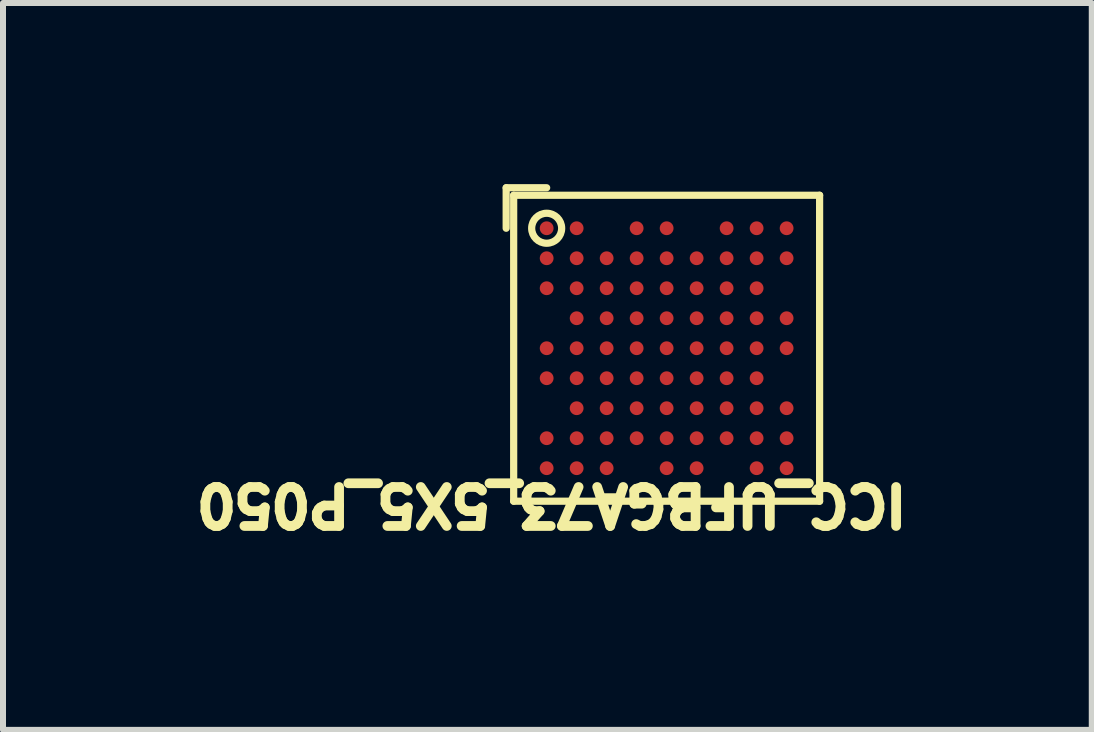
<source format=kicad_pcb>
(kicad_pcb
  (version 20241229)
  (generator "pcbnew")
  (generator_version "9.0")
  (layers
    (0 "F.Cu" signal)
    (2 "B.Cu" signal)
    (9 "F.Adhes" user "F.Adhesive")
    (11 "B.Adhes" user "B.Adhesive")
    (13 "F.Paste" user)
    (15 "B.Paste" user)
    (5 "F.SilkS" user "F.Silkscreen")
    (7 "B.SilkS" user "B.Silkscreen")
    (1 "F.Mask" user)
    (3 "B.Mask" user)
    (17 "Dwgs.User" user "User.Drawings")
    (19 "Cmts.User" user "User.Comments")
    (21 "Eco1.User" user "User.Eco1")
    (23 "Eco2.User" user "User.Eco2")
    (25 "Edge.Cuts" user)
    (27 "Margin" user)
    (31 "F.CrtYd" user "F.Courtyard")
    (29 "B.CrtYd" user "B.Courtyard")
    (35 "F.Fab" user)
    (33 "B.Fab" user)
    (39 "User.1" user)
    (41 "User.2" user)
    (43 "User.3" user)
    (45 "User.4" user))
  (footprint "ICC_UFBGA73_5X5_P050"
    (layer "F.Cu")
    (at 8.063 2.755)
    (property "Reference" "ICC_UFBGA73_5X5_P050" (at 4.087 2.225 180) (unlocked yes) (layer "F.SilkS") (effects (font (size 0.65 0.65) (thickness 0.254)) (justify left bottom)))
    (fp_line (start -2.675 -2.675) (end -2.675 -2) (stroke (width 0.12) (type solid)) (layer "F.SilkS"))
    (fp_line (start -2.55 -2.55) (end -2.55 2.55) (stroke (width 0.12) (type solid)) (layer "F.SilkS"))
    (fp_line (start -2 -2.675) (end -2.675 -2.675) (stroke (width 0.12) (type solid)) (layer "F.SilkS"))
    (fp_line (start 2.55 -2.55) (end -2.55 -2.55) (stroke (width 0.12) (type solid)) (layer "F.SilkS"))
    (fp_line (start 2.55 -2.55) (end 2.55 2.55) (stroke (width 0.12) (type solid)) (layer "F.SilkS"))
    (fp_line (start 2.55 2.55) (end -2.55 2.55) (stroke (width 0.12) (type solid)) (layer "F.SilkS"))
    (fp_circle (center -2 -2) (end -2 -1.75) (stroke (width 0.12) (type solid)) (fill no) (layer "F.SilkS"))
    (fp_line (start -2.75 -2.75) (end -2.75 2.75) (stroke (width 0.01) (type solid)) (layer "Eco1.User"))
    (fp_line (start -2.55 -2.55) (end -2.55 2.55) (stroke (width 0.01) (type solid)) (layer "Eco1.User"))
    (fp_line (start 2.55 -2.55) (end -2.55 -2.55) (stroke (width 0.01) (type solid)) (layer "Eco1.User"))
    (fp_line (start 2.55 -2.55) (end 2.55 2.55) (stroke (width 0.01) (type solid)) (layer "Eco1.User"))
    (fp_line (start 2.55 2.55) (end -2.55 2.55) (stroke (width 0.01) (type solid)) (layer "Eco1.User"))
    (fp_line (start 2.75 -2.75) (end -2.75 -2.75) (stroke (width 0.01) (type solid)) (layer "Eco1.User"))
    (fp_line (start 2.75 -2.75) (end 2.75 2.75) (stroke (width 0.01) (type solid)) (layer "Eco1.User"))
    (fp_line (start 2.75 2.75) (end -2.75 2.75) (stroke (width 0.01) (type solid)) (layer "Eco1.User"))
    (fp_circle (center -2 -2) (end -2 -1.85) (stroke (width 0.01) (type solid)) (fill no) (layer "Eco1.User"))
    (fp_circle (center -2 -1.5) (end -2 -1.35) (stroke (width 0.01) (type solid)) (fill no) (layer "Eco1.User"))
    (fp_circle (center -2 -1) (end -2 -0.85) (stroke (width 0.01) (type solid)) (fill no) (layer "Eco1.User"))
    (fp_circle (center -2 0) (end -2 0.15) (stroke (width 0.01) (type solid)) (fill no) (layer "Eco1.User"))
    (fp_circle (center -2 0.5) (end -2 0.65) (stroke (width 0.01) (type solid)) (fill no) (layer "Eco1.User"))
    (fp_circle (center -2 1.5) (end -2 1.65) (stroke (width 0.01) (type solid)) (fill no) (layer "Eco1.User"))
    (fp_circle (center -2 2) (end -2 2.15) (stroke (width 0.01) (type solid)) (fill no) (layer "Eco1.User"))
    (fp_circle (center -1.5 -2) (end -1.5 -1.85) (stroke (width 0.01) (type solid)) (fill no) (layer "Eco1.User"))
    (fp_circle (center -1.5 -1.5) (end -1.5 -1.35) (stroke (width 0.01) (type solid)) (fill no) (layer "Eco1.User"))
    (fp_circle (center -1.5 -1) (end -1.5 -0.85) (stroke (width 0.01) (type solid)) (fill no) (layer "Eco1.User"))
    (fp_circle (center -1.5 -0.5) (end -1.5 -0.35) (stroke (width 0.01) (type solid)) (fill no) (layer "Eco1.User"))
    (fp_circle (center -1.5 0) (end -1.5 0.15) (stroke (width 0.01) (type solid)) (fill no) (layer "Eco1.User"))
    (fp_circle (center -1.5 0.5) (end -1.5 0.65) (stroke (width 0.01) (type solid)) (fill no) (layer "Eco1.User"))
    (fp_circle (center -1.5 1) (end -1.5 1.15) (stroke (width 0.01) (type solid)) (fill no) (layer "Eco1.User"))
    (fp_circle (center -1.5 1.5) (end -1.5 1.65) (stroke (width 0.01) (type solid)) (fill no) (layer "Eco1.User"))
    (fp_circle (center -1.5 2) (end -1.5 2.15) (stroke (width 0.01) (type solid)) (fill no) (layer "Eco1.User"))
    (fp_circle (center -1 -1.5) (end -1 -1.35) (stroke (width 0.01) (type solid)) (fill no) (layer "Eco1.User"))
    (fp_circle (center -1 -1) (end -1 -0.85) (stroke (width 0.01) (type solid)) (fill no) (layer "Eco1.User"))
    (fp_circle (center -1 -0.5) (end -1 -0.35) (stroke (width 0.01) (type solid)) (fill no) (layer "Eco1.User"))
    (fp_circle (center -1 0) (end -1 0.15) (stroke (width 0.01) (type solid)) (fill no) (layer "Eco1.User"))
    (fp_circle (center -1 0.5) (end -1 0.65) (stroke (width 0.01) (type solid)) (fill no) (layer "Eco1.User"))
    (fp_circle (center -1 1) (end -1 1.15) (stroke (width 0.01) (type solid)) (fill no) (layer "Eco1.User"))
    (fp_circle (center -1 1.5) (end -1 1.65) (stroke (width 0.01) (type solid)) (fill no) (layer "Eco1.User"))
    (fp_circle (center -1 2) (end -1 2.15) (stroke (width 0.01) (type solid)) (fill no) (layer "Eco1.User"))
    (fp_circle (center -0.5 -2) (end -0.5 -1.85) (stroke (width 0.01) (type solid)) (fill no) (layer "Eco1.User"))
    (fp_circle (center -0.5 -1.5) (end -0.5 -1.35) (stroke (width 0.01) (type solid)) (fill no) (layer "Eco1.User"))
    (fp_circle (center -0.5 -1) (end -0.5 -0.85) (stroke (width 0.01) (type solid)) (fill no) (layer "Eco1.User"))
    (fp_circle (center -0.5 -0.5) (end -0.5 -0.35) (stroke (width 0.01) (type solid)) (fill no) (layer "Eco1.User"))
    (fp_circle (center -0.5 0) (end -0.5 0.15) (stroke (width 0.01) (type solid)) (fill no) (layer "Eco1.User"))
    (fp_circle (center -0.5 0.5) (end -0.5 0.65) (stroke (width 0.01) (type solid)) (fill no) (layer "Eco1.User"))
    (fp_circle (center -0.5 1) (end -0.5 1.15) (stroke (width 0.01) (type solid)) (fill no) (layer "Eco1.User"))
    (fp_circle (center -0.5 1.5) (end -0.5 1.65) (stroke (width 0.01) (type solid)) (fill no) (layer "Eco1.User"))
    (fp_circle (center 0 -2) (end 0 -1.85) (stroke (width 0.01) (type solid)) (fill no) (layer "Eco1.User"))
    (fp_circle (center 0 -1.5) (end 0 -1.35) (stroke (width 0.01) (type solid)) (fill no) (layer "Eco1.User"))
    (fp_circle (center 0 -1) (end 0 -0.85) (stroke (width 0.01) (type solid)) (fill no) (layer "Eco1.User"))
    (fp_circle (center 0 -0.5) (end 0 -0.35) (stroke (width 0.01) (type solid)) (fill no) (layer "Eco1.User"))
    (fp_circle (center 0 0) (end 0 0.15) (stroke (width 0.01) (type solid)) (fill no) (layer "Eco1.User"))
    (fp_circle (center 0 0.5) (end 0 0.65) (stroke (width 0.01) (type solid)) (fill no) (layer "Eco1.User"))
    (fp_circle (center 0 1) (end 0 1.15) (stroke (width 0.01) (type solid)) (fill no) (layer "Eco1.User"))
    (fp_circle (center 0 1.5) (end 0 1.65) (stroke (width 0.01) (type solid)) (fill no) (layer "Eco1.User"))
    (fp_circle (center 0 2) (end 0 2.15) (stroke (width 0.01) (type solid)) (fill no) (layer "Eco1.User"))
    (fp_circle (center 0.5 -1.5) (end 0.5 -1.35) (stroke (width 0.01) (type solid)) (fill no) (layer "Eco1.User"))
    (fp_circle (center 0.5 -1) (end 0.5 -0.85) (stroke (width 0.01) (type solid)) (fill no) (layer "Eco1.User"))
    (fp_circle (center 0.5 -0.5) (end 0.5 -0.35) (stroke (width 0.01) (type solid)) (fill no) (layer "Eco1.User"))
    (fp_circle (center 0.5 0) (end 0.5 0.15) (stroke (width 0.01) (type solid)) (fill no) (layer "Eco1.User"))
    (fp_circle (center 0.5 0.5) (end 0.5 0.65) (stroke (width 0.01) (type solid)) (fill no) (layer "Eco1.User"))
    (fp_circle (center 0.5 1) (end 0.5 1.15) (stroke (width 0.01) (type solid)) (fill no) (layer "Eco1.User"))
    (fp_circle (center 0.5 1.5) (end 0.5 1.65) (stroke (width 0.01) (type solid)) (fill no) (layer "Eco1.User"))
    (fp_circle (center 0.5 2) (end 0.5 2.15) (stroke (width 0.01) (type solid)) (fill no) (layer "Eco1.User"))
    (fp_circle (center 1 -2) (end 1 -1.85) (stroke (width 0.01) (type solid)) (fill no) (layer "Eco1.User"))
    (fp_circle (center 1 -1.5) (end 1 -1.35) (stroke (width 0.01) (type solid)) (fill no) (layer "Eco1.User"))
    (fp_circle (center 1 -1) (end 1 -0.85) (stroke (width 0.01) (type solid)) (fill no) (layer "Eco1.User"))
    (fp_circle (center 1 -0.5) (end 1 -0.35) (stroke (width 0.01) (type solid)) (fill no) (layer "Eco1.User"))
    (fp_circle (center 1 0) (end 1 0.15) (stroke (width 0.01) (type solid)) (fill no) (layer "Eco1.User"))
    (fp_circle (center 1 0.5) (end 1 0.65) (stroke (width 0.01) (type solid)) (fill no) (layer "Eco1.User"))
    (fp_circle (center 1 1) (end 1 1.15) (stroke (width 0.01) (type solid)) (fill no) (layer "Eco1.User"))
    (fp_circle (center 1 1.5) (end 1 1.65) (stroke (width 0.01) (type solid)) (fill no) (layer "Eco1.User"))
    (fp_circle (center 1.5 -2) (end 1.5 -1.85) (stroke (width 0.01) (type solid)) (fill no) (layer "Eco1.User"))
    (fp_circle (center 1.5 -1.5) (end 1.5 -1.35) (stroke (width 0.01) (type solid)) (fill no) (layer "Eco1.User"))
    (fp_circle (center 1.5 -1) (end 1.5 -0.85) (stroke (width 0.01) (type solid)) (fill no) (layer "Eco1.User"))
    (fp_circle (center 1.5 -0.5) (end 1.5 -0.35) (stroke (width 0.01) (type solid)) (fill no) (layer "Eco1.User"))
    (fp_circle (center 1.5 0) (end 1.5 0.15) (stroke (width 0.01) (type solid)) (fill no) (layer "Eco1.User"))
    (fp_circle (center 1.5 0.5) (end 1.5 0.65) (stroke (width 0.01) (type solid)) (fill no) (layer "Eco1.User"))
    (fp_circle (center 1.5 1) (end 1.5 1.15) (stroke (width 0.01) (type solid)) (fill no) (layer "Eco1.User"))
    (fp_circle (center 1.5 1.5) (end 1.5 1.65) (stroke (width 0.01) (type solid)) (fill no) (layer "Eco1.User"))
    (fp_circle (center 1.5 2) (end 1.5 2.15) (stroke (width 0.01) (type solid)) (fill no) (layer "Eco1.User"))
    (fp_circle (center 2 -2) (end 2 -1.85) (stroke (width 0.01) (type solid)) (fill no) (layer "Eco1.User"))
    (fp_circle (center 2 -1.5) (end 2 -1.35) (stroke (width 0.01) (type solid)) (fill no) (layer "Eco1.User"))
    (fp_circle (center 2 -0.5) (end 2 -0.35) (stroke (width 0.01) (type solid)) (fill no) (layer "Eco1.User"))
    (fp_circle (center 2 0) (end 2 0.15) (stroke (width 0.01) (type solid)) (fill no) (layer "Eco1.User"))
    (fp_circle (center 2 1) (end 2 1.15) (stroke (width 0.01) (type solid)) (fill no) (layer "Eco1.User"))
    (fp_circle (center 2 1.5) (end 2 1.65) (stroke (width 0.01) (type solid)) (fill no) (layer "Eco1.User"))
    (fp_circle (center 2 2) (end 2 2.15) (stroke (width 0.01) (type solid)) (fill no) (layer "Eco1.User"))
    (fp_text user "J8" (at 1.375 2.1 0) (unlocked yes) (layer "Eco1.User") (effects (font (size 0.15 0.15) (thickness 0.254)) (justify left bottom)))
    (fp_text user "J1" (at -2.125 2.1 0) (unlocked yes) (layer "Eco1.User") (effects (font (size 0.15 0.15) (thickness 0.254)) (justify left bottom)))
    (fp_text user "A5" (at -0.15 -1.9 0) (unlocked yes) (layer "Eco1.User") (effects (font (size 0.15 0.15) (thickness 0.254)) (justify left bottom)))
    (fp_text user "A1" (at -2.15 -1.9 0) (unlocked yes) (layer "Eco1.User") (effects (font (size 0.15 0.15) (thickness 0.254)) (justify left bottom)))
    (fp_text user "C8" (at 1.35 -0.9 0) (unlocked yes) (layer "Eco1.User") (effects (font (size 0.15 0.15) (thickness 0.254)) (justify left bottom)))
    (fp_text user "J5" (at -0.125 2.1 0) (unlocked yes) (layer "Eco1.User") (effects (font (size 0.15 0.15) (thickness 0.254)) (justify left bottom)))
    (fp_text user "B3" (at -1.15 -1.4 0) (unlocked yes) (layer "Eco1.User") (effects (font (size 0.15 0.15) (thickness 0.254)) (justify left bottom)))
    (fp_text user "B1" (at -2.125 -1.4 0) (unlocked yes) (layer "Eco1.User") (effects (font (size 0.15 0.15) (thickness 0.254)) (justify left bottom)))
    (fp_text user "G2" (at -1.65 1.1 0) (unlocked yes) (layer "Eco1.User") (effects (font (size 0.15 0.15) (thickness 0.254)) (justify left bottom)))
    (fp_text user "H7" (at 0.85 1.6 0) (unlocked yes) (layer "Eco1.User") (effects (font (size 0.15 0.15) (thickness 0.254)) (justify left bottom)))
    (fp_text user "D2" (at -1.65 -0.4 0) (unlocked yes) (layer "Eco1.User") (effects (font (size 0.15 0.15) (thickness 0.254)) (justify left bottom)))
    (fp_text user "A8" (at 1.35 -1.9 0) (unlocked yes) (layer "Eco1.User") (effects (font (size 0.15 0.15) (thickness 0.254)) (justify left bottom)))
    (fp_text user "H9" (at 1.85 1.6 0) (unlocked yes) (layer "Eco1.User") (effects (font (size 0.15 0.15) (thickness 0.254)) (justify left bottom)))
    (fp_text user "J6" (at 0.375 2.1 0) (unlocked yes) (layer "Eco1.User") (effects (font (size 0.15 0.15) (thickness 0.254)) (justify left bottom)))
    (fp_text user "E1" (at -2.125 0.1 0) (unlocked yes) (layer "Eco1.User") (effects (font (size 0.15 0.15) (thickness 0.254)) (justify left bottom)))
    (fp_text user "H1" (at -2.15 1.6 0) (unlocked yes) (layer "Eco1.User") (effects (font (size 0.15 0.15) (thickness 0.254)) (justify left bottom)))
    (fp_text user "B6" (at 0.35 -1.4 0) (unlocked yes) (layer "Eco1.User") (effects (font (size 0.15 0.15) (thickness 0.254)) (justify left bottom)))
    (fp_text user "D9" (at 1.85 -0.4 0) (unlocked yes) (layer "Eco1.User") (effects (font (size 0.15 0.15) (thickness 0.254)) (justify left bottom)))
    (fp_text user "A4" (at -0.65 -1.9 0) (unlocked yes) (layer "Eco1.User") (effects (font (size 0.15 0.15) (thickness 0.254)) (justify left bottom)))
    (fp_text user "E9" (at 1.85 0.1 0) (unlocked yes) (layer "Eco1.User") (effects (font (size 0.15 0.15) (thickness 0.254)) (justify left bottom)))
    (fp_text user "B9" (at 1.85 -1.4 0) (unlocked yes) (layer "Eco1.User") (effects (font (size 0.15 0.15) (thickness 0.254)) (justify left bottom)))
    (fp_text user "J2" (at -1.625 2.1 0) (unlocked yes) (layer "Eco1.User") (effects (font (size 0.15 0.15) (thickness 0.254)) (justify left bottom)))
    (fp_text user "F8" (at 1.375 0.6 0) (unlocked yes) (layer "Eco1.User") (effects (font (size 0.15 0.15) (thickness 0.254)) (justify left bottom)))
    (fp_text user "'.Designator'" (at -1 1.113 180) (unlocked yes) (layer "Eco1.User") (effects (font (size 0.375 0.375) (thickness 0.254))))
    (fp_text user "F1" (at -2.125 0.6 0) (unlocked yes) (layer "Eco1.User") (effects (font (size 0.15 0.15) (thickness 0.254)) (justify left bottom)))
    (fp_text user "C1" (at -2.15 -0.9 0) (unlocked yes) (layer "Eco1.User") (effects (font (size 0.15 0.15) (thickness 0.254)) (justify left bottom)))
    (fp_text user "J3" (at -1.125 2.1 0) (unlocked yes) (layer "Eco1.User") (effects (font (size 0.15 0.15) (thickness 0.254)) (justify left bottom)))
    (fp_text user "A7" (at 0.85 -1.9 0) (unlocked yes) (layer "Eco1.User") (effects (font (size 0.15 0.15) (thickness 0.254)) (justify left bottom)))
    (fp_text user "H4" (at -0.65 1.6 0) (unlocked yes) (layer "Eco1.User") (effects (font (size 0.15 0.15) (thickness 0.254)) (justify left bottom)))
    (fp_text user "G9" (at 1.825 1.1 0) (unlocked yes) (layer "Eco1.User") (effects (font (size 0.15 0.15) (thickness 0.254)) (justify left bottom)))
    (fp_text user "J9" (at 1.875 2.1 0) (unlocked yes) (layer "Eco1.User") (effects (font (size 0.15 0.15) (thickness 0.254)) (justify left bottom)))
    (fp_text user "A9" (at 1.85 -1.9 0) (unlocked yes) (layer "Eco1.User") (effects (font (size 0.15 0.15) (thickness 0.254)) (justify left bottom)))
    (fp_text user "A2" (at -1.65 -1.9 0) (unlocked yes) (layer "Eco1.User") (effects (font (size 0.15 0.15) (thickness 0.254)) (justify left bottom)))
    (pad "A1" smd circle (at -2 -2) (size 0.23 0.23) (layers "F.Cu" "F.Mask" "F.Paste"))
    (pad "A2" smd circle (at -1.5 -2) (size 0.23 0.23) (layers "F.Cu" "F.Mask" "F.Paste"))
    (pad "A4" smd circle (at -0.5 -2) (size 0.23 0.23) (layers "F.Cu" "F.Mask" "F.Paste"))
    (pad "A5" smd circle (at -0.000005 -2) (size 0.23 0.23) (layers "F.Cu" "F.Mask" "F.Paste"))
    (pad "A7" smd circle (at 1 -2) (size 0.23 0.23) (layers "F.Cu" "F.Mask" "F.Paste"))
    (pad "A8" smd circle (at 1.5 -2) (size 0.23 0.23) (layers "F.Cu" "F.Mask" "F.Paste"))
    (pad "A9" smd circle (at 2 -2) (size 0.23 0.23) (layers "F.Cu" "F.Mask" "F.Paste"))
    (pad "B1" smd circle (at -2 -1.5) (size 0.23 0.23) (layers "F.Cu" "F.Mask" "F.Paste"))
    (pad "B2" smd circle (at -1.5 -1.5) (size 0.23 0.23) (layers "F.Cu" "F.Mask" "F.Paste"))
    (pad "B3" smd circle (at -1 -1.5) (size 0.23 0.23) (layers "F.Cu" "F.Mask" "F.Paste"))
    (pad "B4" smd circle (at -0.5 -1.5) (size 0.23 0.23) (layers "F.Cu" "F.Mask" "F.Paste"))
    (pad "B5" smd circle (at -0.000005 -1.5) (size 0.23 0.23) (layers "F.Cu" "F.Mask" "F.Paste"))
    (pad "B6" smd circle (at 0.5 -1.5) (size 0.23 0.23) (layers "F.Cu" "F.Mask" "F.Paste"))
    (pad "B7" smd circle (at 1 -1.5) (size 0.23 0.23) (layers "F.Cu" "F.Mask" "F.Paste"))
    (pad "B8" smd circle (at 1.5 -1.5) (size 0.23 0.23) (layers "F.Cu" "F.Mask" "F.Paste"))
    (pad "B9" smd circle (at 2 -1.5) (size 0.23 0.23) (layers "F.Cu" "F.Mask" "F.Paste"))
    (pad "C1" smd circle (at -2 -1) (size 0.23 0.23) (layers "F.Cu" "F.Mask" "F.Paste"))
    (pad "C2" smd circle (at -1.5 -1) (size 0.23 0.23) (layers "F.Cu" "F.Mask" "F.Paste"))
    (pad "C3" smd circle (at -1 -1) (size 0.23 0.23) (layers "F.Cu" "F.Mask" "F.Paste"))
    (pad "C4" smd circle (at -0.5 -1) (size 0.23 0.23) (layers "F.Cu" "F.Mask" "F.Paste"))
    (pad "C5" smd circle (at -0.000005 -1) (size 0.23 0.23) (layers "F.Cu" "F.Mask" "F.Paste"))
    (pad "C6" smd circle (at 0.5 -1) (size 0.23 0.23) (layers "F.Cu" "F.Mask" "F.Paste"))
    (pad "C7" smd circle (at 1 -1) (size 0.23 0.23) (layers "F.Cu" "F.Mask" "F.Paste"))
    (pad "C8" smd circle (at 1.5 -1) (size 0.23 0.23) (layers "F.Cu" "F.Mask" "F.Paste"))
    (pad "D2" smd circle (at -1.5 -0.5) (size 0.23 0.23) (layers "F.Cu" "F.Mask" "F.Paste"))
    (pad "D3" smd circle (at -1 -0.5) (size 0.23 0.23) (layers "F.Cu" "F.Mask" "F.Paste"))
    (pad "D4" smd circle (at -0.5 -0.5) (size 0.23 0.23) (layers "F.Cu" "F.Mask" "F.Paste"))
    (pad "D5" smd circle (at -0.000005 -0.5) (size 0.23 0.23) (layers "F.Cu" "F.Mask" "F.Paste"))
    (pad "D6" smd circle (at 0.5 -0.5) (size 0.23 0.23) (layers "F.Cu" "F.Mask" "F.Paste"))
    (pad "D7" smd circle (at 1 -0.5) (size 0.23 0.23) (layers "F.Cu" "F.Mask" "F.Paste"))
    (pad "D8" smd circle (at 1.5 -0.5) (size 0.23 0.23) (layers "F.Cu" "F.Mask" "F.Paste"))
    (pad "D9" smd circle (at 2 -0.5) (size 0.23 0.23) (layers "F.Cu" "F.Mask" "F.Paste"))
    (pad "E1" smd circle (at -2 -0.000004) (size 0.23 0.23) (layers "F.Cu" "F.Mask" "F.Paste"))
    (pad "E2" smd circle (at -1.5 -0.000004) (size 0.23 0.23) (layers "F.Cu" "F.Mask" "F.Paste"))
    (pad "E3" smd circle (at -1 -0.000004) (size 0.23 0.23) (layers "F.Cu" "F.Mask" "F.Paste"))
    (pad "E4" smd circle (at -0.5 -0.000004) (size 0.23 0.23) (layers "F.Cu" "F.Mask" "F.Paste"))
    (pad "E5" smd circle (at -0.000005 -0.000004) (size 0.23 0.23) (layers "F.Cu" "F.Mask" "F.Paste"))
    (pad "E6" smd circle (at 0.5 -0.000004) (size 0.23 0.23) (layers "F.Cu" "F.Mask" "F.Paste"))
    (pad "E7" smd circle (at 1 -0.000004) (size 0.23 0.23) (layers "F.Cu" "F.Mask" "F.Paste"))
    (pad "E8" smd circle (at 1.5 -0.000004) (size 0.23 0.23) (layers "F.Cu" "F.Mask" "F.Paste"))
    (pad "E9" smd circle (at 2 -0.000004) (size 0.23 0.23) (layers "F.Cu" "F.Mask" "F.Paste"))
    (pad "F1" smd circle (at -2 0.5) (size 0.23 0.23) (layers "F.Cu" "F.Mask" "F.Paste"))
    (pad "F2" smd circle (at -1.5 0.5) (size 0.23 0.23) (layers "F.Cu" "F.Mask" "F.Paste"))
    (pad "F3" smd circle (at -1 0.5) (size 0.23 0.23) (layers "F.Cu" "F.Mask" "F.Paste"))
    (pad "F4" smd circle (at -0.5 0.5) (size 0.23 0.23) (layers "F.Cu" "F.Mask" "F.Paste"))
    (pad "F5" smd circle (at -0.000005 0.5) (size 0.23 0.23) (layers "F.Cu" "F.Mask" "F.Paste"))
    (pad "F6" smd circle (at 0.5 0.5) (size 0.23 0.23) (layers "F.Cu" "F.Mask" "F.Paste"))
    (pad "F7" smd circle (at 1 0.5) (size 0.23 0.23) (layers "F.Cu" "F.Mask" "F.Paste"))
    (pad "F8" smd circle (at 1.5 0.5) (size 0.23 0.23) (layers "F.Cu" "F.Mask" "F.Paste"))
    (pad "G2" smd circle (at -1.5 1) (size 0.23 0.23) (layers "F.Cu" "F.Mask" "F.Paste"))
    (pad "G3" smd circle (at -1 1) (size 0.23 0.23) (layers "F.Cu" "F.Mask" "F.Paste"))
    (pad "G4" smd circle (at -0.5 1) (size 0.23 0.23) (layers "F.Cu" "F.Mask" "F.Paste"))
    (pad "G5" smd circle (at -0.000005 1) (size 0.23 0.23) (layers "F.Cu" "F.Mask" "F.Paste"))
    (pad "G6" smd circle (at 0.5 1) (size 0.23 0.23) (layers "F.Cu" "F.Mask" "F.Paste"))
    (pad "G7" smd circle (at 1 1) (size 0.23 0.23) (layers "F.Cu" "F.Mask" "F.Paste"))
    (pad "G8" smd circle (at 1.5 1) (size 0.23 0.23) (layers "F.Cu" "F.Mask" "F.Paste"))
    (pad "G9" smd circle (at 2 1) (size 0.23 0.23) (layers "F.Cu" "F.Mask" "F.Paste"))
    (pad "H1" smd circle (at -2 1.5) (size 0.23 0.23) (layers "F.Cu" "F.Mask" "F.Paste"))
    (pad "H2" smd circle (at -1.5 1.5) (size 0.23 0.23) (layers "F.Cu" "F.Mask" "F.Paste"))
    (pad "H3" smd circle (at -1 1.5) (size 0.23 0.23) (layers "F.Cu" "F.Mask" "F.Paste"))
    (pad "H4" smd circle (at -0.5 1.5) (size 0.23 0.23) (layers "F.Cu" "F.Mask" "F.Paste"))
    (pad "H5" smd circle (at -0.000005 1.5) (size 0.23 0.23) (layers "F.Cu" "F.Mask" "F.Paste"))
    (pad "H6" smd circle (at 0.5 1.5) (size 0.23 0.23) (layers "F.Cu" "F.Mask" "F.Paste"))
    (pad "H7" smd circle (at 1 1.5) (size 0.23 0.23) (layers "F.Cu" "F.Mask" "F.Paste"))
    (pad "H8" smd circle (at 1.5 1.5) (size 0.23 0.23) (layers "F.Cu" "F.Mask" "F.Paste"))
    (pad "H9" smd circle (at 2 1.5) (size 0.23 0.23) (layers "F.Cu" "F.Mask" "F.Paste"))
    (pad "J1" smd circle (at -2 2) (size 0.23 0.23) (layers "F.Cu" "F.Mask" "F.Paste"))
    (pad "J2" smd circle (at -1.5 2) (size 0.23 0.23) (layers "F.Cu" "F.Mask" "F.Paste"))
    (pad "J3" smd circle (at -1 2) (size 0.23 0.23) (layers "F.Cu" "F.Mask" "F.Paste"))
    (pad "J5" smd circle (at -0.000005 2) (size 0.23 0.23) (layers "F.Cu" "F.Mask" "F.Paste"))
    (pad "J6" smd circle (at 0.5 2) (size 0.23 0.23) (layers "F.Cu" "F.Mask" "F.Paste"))
    (pad "J8" smd circle (at 1.5 2) (size 0.23 0.23) (layers "F.Cu" "F.Mask" "F.Paste"))
    (pad "J9" smd circle (at 2 2) (size 0.23 0.23) (layers "F.Cu" "F.Mask" "F.Paste")))
  (gr_rect
    (start -3 -3)
    (end 15.15 9.117)
    (stroke (width 0.1) (type default))
    (fill no)
    (layer "Edge.Cuts")))
</source>
